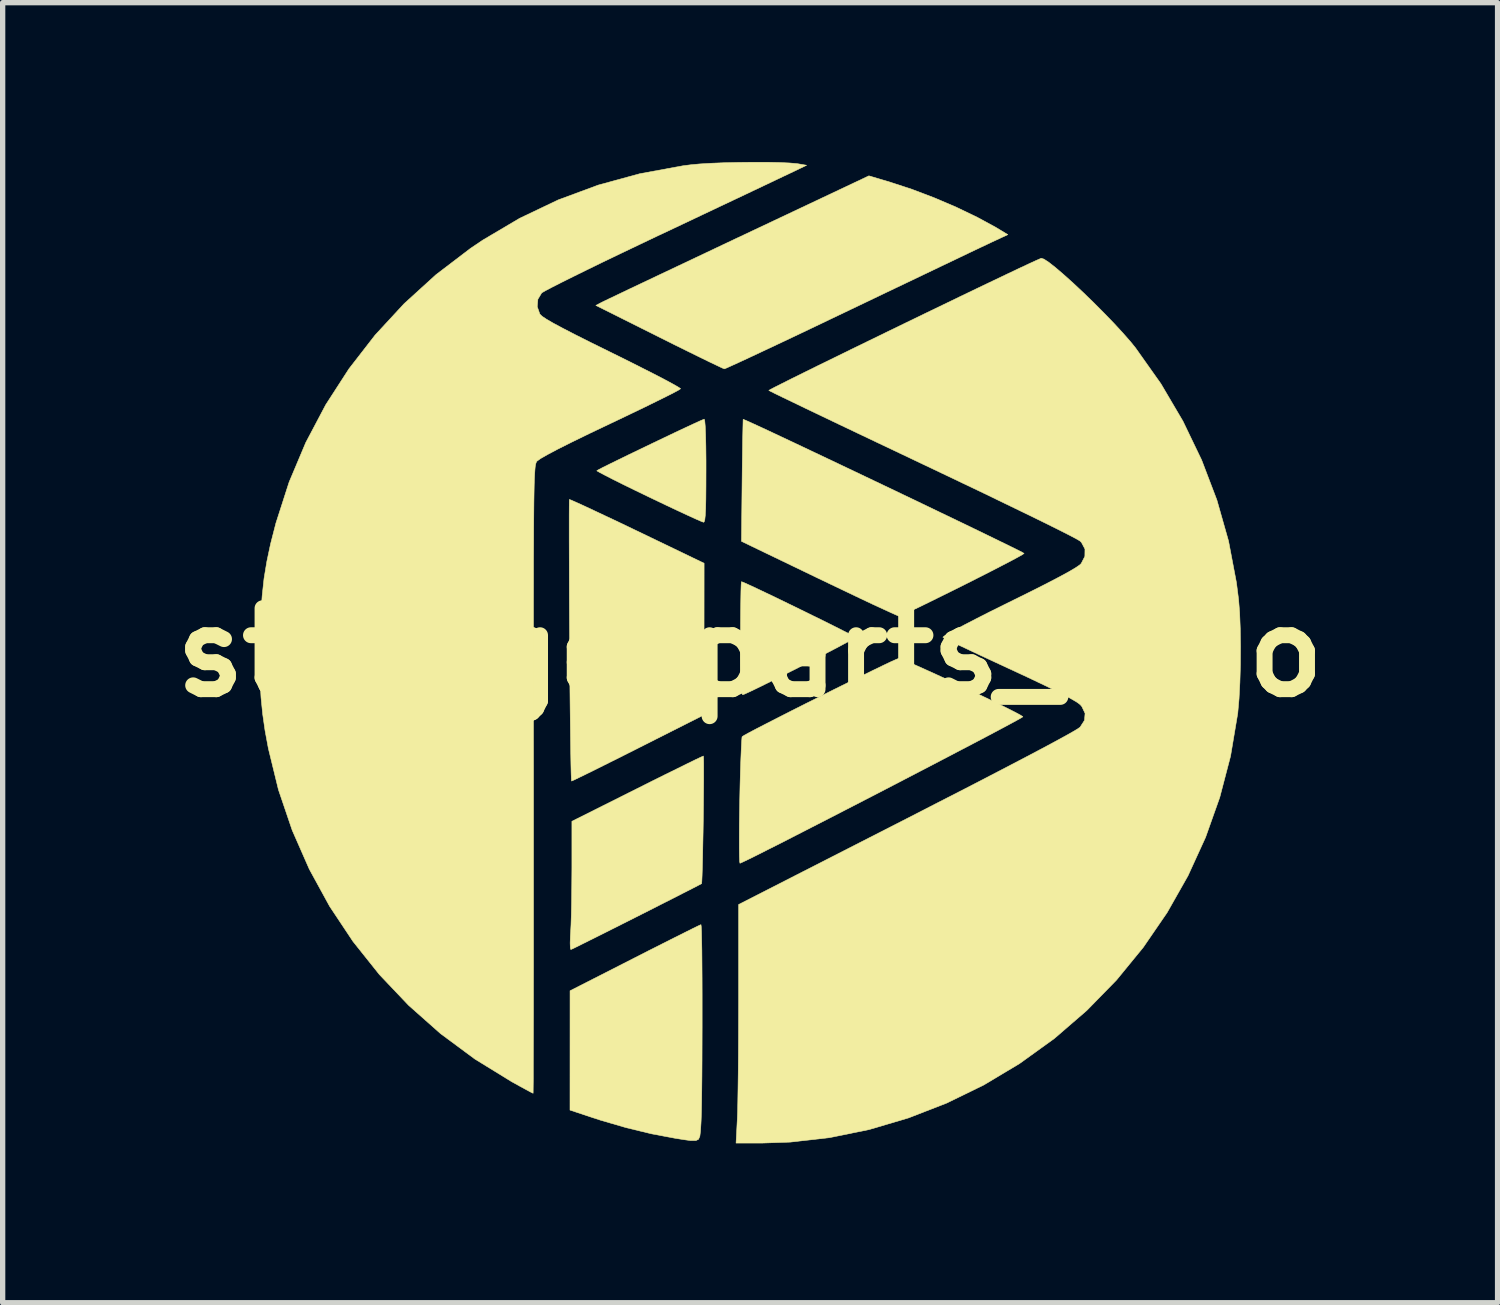
<source format=kicad_pcb>
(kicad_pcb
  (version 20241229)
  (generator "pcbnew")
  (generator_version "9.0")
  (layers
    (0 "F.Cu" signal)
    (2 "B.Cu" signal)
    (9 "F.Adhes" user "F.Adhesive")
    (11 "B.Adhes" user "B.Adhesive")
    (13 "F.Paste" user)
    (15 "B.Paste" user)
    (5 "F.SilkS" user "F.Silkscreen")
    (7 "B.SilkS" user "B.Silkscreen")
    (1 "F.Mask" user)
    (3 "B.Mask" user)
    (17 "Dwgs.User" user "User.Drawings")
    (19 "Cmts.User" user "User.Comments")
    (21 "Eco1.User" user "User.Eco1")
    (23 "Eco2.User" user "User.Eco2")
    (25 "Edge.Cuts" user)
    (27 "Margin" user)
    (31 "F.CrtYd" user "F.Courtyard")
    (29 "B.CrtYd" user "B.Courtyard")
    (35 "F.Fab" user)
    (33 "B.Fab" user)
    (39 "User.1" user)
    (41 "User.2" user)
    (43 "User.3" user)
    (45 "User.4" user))
  (footprint "strange_parts_logo"
    (layer "F.Cu")
    (at 11.074 9.238)
    (property "Reference" "strange_parts_logo" (at 0 0 0) (layer "F.SilkS") (effects (font (size 1.524 1.524) (thickness 0.3))))
    (attr through_hole)
    (fp_poly (pts (xy -3.369 -2.871) (xy -3.278 -2.831) (xy -3.135 -2.766) (xy -2.949 -2.679) (xy -2.726 -2.574) (xy -2.473 -2.455) (xy -2.198 -2.323) (xy -2.129 -2.29) (xy -0.866 -1.682) (xy -0.868 1.173) (xy -2.102 1.796) (xy -2.378 1.935) (xy -2.634 2.063) (xy -2.862 2.177) (xy -3.056 2.273) (xy -3.208 2.347) (xy -3.311 2.397) (xy -3.359 2.418) (xy -3.361 2.419) (xy -3.365 2.383) (xy -3.369 2.281) (xy -3.373 2.119) (xy -3.377 1.901) (xy -3.381 1.633) (xy -3.385 1.322) (xy -3.389 0.972) (xy -3.393 0.59) (xy -3.396 0.18) (xy -3.398 -0.225) (xy -3.401 -0.655) (xy -3.403 -1.064) (xy -3.404 -1.446) (xy -3.405 -1.795) (xy -3.406 -2.105) (xy -3.406 -2.372) (xy -3.406 -2.588) (xy -3.405 -2.749) (xy -3.404 -2.85) (xy -3.403 -2.883) (xy -3.369 -2.871)) (stroke (width 0.01) (type solid)) (fill yes) (layer "F.SilkS"))
    (fp_poly (pts (xy -0.92 5.158) (xy -0.915 5.257) (xy -0.912 5.411) (xy -0.908 5.614) (xy -0.906 5.856) (xy -0.904 6.13) (xy -0.903 6.427) (xy -0.903 6.739) (xy -0.903 7.058) (xy -0.904 7.377) (xy -0.905 7.686) (xy -0.907 7.978) (xy -0.91 8.245) (xy -0.913 8.478) (xy -0.917 8.669) (xy -0.922 8.811) (xy -0.925 8.87) (xy -0.934 9.012) (xy -0.946 9.108) (xy -0.971 9.165) (xy -1.023 9.19) (xy -1.112 9.19) (xy -1.251 9.171) (xy -1.419 9.144) (xy -1.858 9.061) (xy -2.332 8.946) (xy -2.813 8.806) (xy -2.948 8.762) (xy -3.391 8.615) (xy -3.39 6.368) (xy -2.169 5.746) (xy -1.895 5.606) (xy -1.641 5.478) (xy -1.415 5.364) (xy -1.223 5.268) (xy -1.073 5.193) (xy -0.972 5.144) (xy -0.927 5.124) (xy -0.925 5.123) (xy -0.92 5.158)) (stroke (width 0.01) (type solid)) (fill yes) (layer "F.SilkS"))
    (fp_poly (pts (xy -0.854 -4.364) (xy -0.845 -4.266) (xy -0.838 -4.105) (xy -0.833 -3.888) (xy -0.83 -3.618) (xy -0.83 -3.431) (xy -0.831 -3.126) (xy -0.833 -2.887) (xy -0.837 -2.708) (xy -0.844 -2.581) (xy -0.853 -2.501) (xy -0.865 -2.462) (xy -0.875 -2.454) (xy -0.918 -2.47) (xy -1.017 -2.513) (xy -1.164 -2.58) (xy -1.351 -2.667) (xy -1.57 -2.77) (xy -1.811 -2.885) (xy -1.903 -2.929) (xy -2.149 -3.048) (xy -2.372 -3.157) (xy -2.565 -3.253) (xy -2.719 -3.332) (xy -2.827 -3.389) (xy -2.882 -3.42) (xy -2.886 -3.424) (xy -2.855 -3.443) (xy -2.769 -3.488) (xy -2.636 -3.554) (xy -2.466 -3.637) (xy -2.27 -3.733) (xy -2.055 -3.836) (xy -1.833 -3.943) (xy -1.613 -4.048) (xy -1.404 -4.148) (xy -1.216 -4.236) (xy -1.057 -4.31) (xy -0.939 -4.364) (xy -0.87 -4.393) (xy -0.864 -4.396) (xy -0.854 -4.364)) (stroke (width 0.01) (type solid)) (fill yes) (layer "F.SilkS"))
    (fp_poly (pts (xy -0.121 -1.32) (xy -0.026 -1.277) (xy 0.114 -1.212) (xy 0.289 -1.129) (xy 0.492 -1.032) (xy 0.712 -0.925) (xy 0.94 -0.814) (xy 1.166 -0.703) (xy 1.383 -0.597) (xy 1.579 -0.499) (xy 1.747 -0.414) (xy 1.877 -0.348) (xy 1.959 -0.304) (xy 1.984 -0.287) (xy 1.954 -0.265) (xy 1.867 -0.216) (xy 1.735 -0.145) (xy 1.565 -0.055) (xy 1.368 0.047) (xy 1.152 0.159) (xy 0.926 0.274) (xy 0.7 0.388) (xy 0.484 0.497) (xy 0.285 0.595) (xy 0.114 0.679) (xy -0.02 0.743) (xy -0.108 0.783) (xy -0.14 0.794) (xy -0.153 0.768) (xy -0.163 0.688) (xy -0.171 0.551) (xy -0.176 0.353) (xy -0.179 0.09) (xy -0.18 -0.242) (xy -0.18 -0.271) (xy -0.18 -0.539) (xy -0.178 -0.783) (xy -0.175 -0.993) (xy -0.172 -1.161) (xy -0.168 -1.276) (xy -0.163 -1.332) (xy -0.162 -1.335) (xy -0.121 -1.32)) (stroke (width 0.01) (type solid)) (fill yes) (layer "F.SilkS"))
    (fp_poly (pts (xy -0.876 1.983) (xy -0.874 2.079) (xy -0.874 2.227) (xy -0.874 2.417) (xy -0.876 2.637) (xy -0.878 2.879) (xy -0.881 3.132) (xy -0.885 3.386) (xy -0.89 3.63) (xy -0.894 3.854) (xy -0.899 4.049) (xy -0.904 4.203) (xy -0.909 4.307) (xy -0.913 4.35) (xy -0.914 4.351) (xy -0.98 4.386) (xy -1.098 4.447) (xy -1.258 4.528) (xy -1.451 4.627) (xy -1.671 4.738) (xy -1.906 4.858) (xy -2.15 4.981) (xy -2.394 5.104) (xy -2.629 5.222) (xy -2.846 5.331) (xy -3.037 5.426) (xy -3.193 5.504) (xy -3.306 5.56) (xy -3.368 5.589) (xy -3.376 5.592) (xy -3.385 5.559) (xy -3.388 5.47) (xy -3.384 5.34) (xy -3.379 5.262) (xy -3.372 5.129) (xy -3.366 4.94) (xy -3.361 4.708) (xy -3.358 4.451) (xy -3.356 4.184) (xy -3.355 4.054) (xy -3.355 3.177) (xy -2.13 2.563) (xy -1.855 2.425) (xy -1.6 2.298) (xy -1.372 2.186) (xy -1.18 2.091) (xy -1.029 2.017) (xy -0.927 1.969) (xy -0.881 1.949) (xy -0.88 1.948) (xy -0.876 1.983)) (stroke (width 0.01) (type solid)) (fill yes) (layer "F.SilkS"))
    (fp_poly (pts (xy 2.643 -8.856) (xy 3.046 -8.724) (xy 3.467 -8.564) (xy 3.884 -8.386) (xy 4.277 -8.197) (xy 4.625 -8.008) (xy 4.708 -7.958) (xy 4.853 -7.87) (xy 4.546 -7.727) (xy 4.462 -7.687) (xy 4.32 -7.62) (xy 4.124 -7.527) (xy 3.882 -7.411) (xy 3.599 -7.276) (xy 3.281 -7.124) (xy 2.934 -6.958) (xy 2.565 -6.782) (xy 2.179 -6.597) (xy 1.896 -6.462) (xy 1.511 -6.278) (xy 1.145 -6.103) (xy 0.802 -5.94) (xy 0.489 -5.792) (xy 0.21 -5.661) (xy -0.029 -5.549) (xy -0.223 -5.459) (xy -0.368 -5.393) (xy -0.457 -5.353) (xy -0.485 -5.343) (xy -0.525 -5.359) (xy -0.622 -5.405) (xy -0.769 -5.475) (xy -0.957 -5.567) (xy -1.181 -5.677) (xy -1.432 -5.801) (xy -1.704 -5.937) (xy -1.714 -5.942) (xy -2.904 -6.537) (xy -2.796 -6.594) (xy -2.747 -6.618) (xy -2.637 -6.671) (xy -2.473 -6.749) (xy -2.26 -6.851) (xy -2.002 -6.973) (xy -1.707 -7.113) (xy -1.377 -7.269) (xy -1.02 -7.438) (xy -0.64 -7.618) (xy -0.243 -7.806) (xy -0.225 -7.814) (xy 2.237 -8.977) (xy 2.643 -8.856)) (stroke (width 0.01) (type solid)) (fill yes) (layer "F.SilkS"))
    (fp_poly (pts (xy -0.096 -4.379) (xy -0.003 -4.338) (xy 0.143 -4.271) (xy 0.337 -4.181) (xy 0.571 -4.071) (xy 0.841 -3.944) (xy 1.141 -3.802) (xy 1.464 -3.649) (xy 1.805 -3.487) (xy 2.158 -3.319) (xy 2.517 -3.148) (xy 2.875 -2.977) (xy 3.228 -2.808) (xy 3.569 -2.644) (xy 3.892 -2.489) (xy 4.191 -2.345) (xy 4.461 -2.214) (xy 4.695 -2.1) (xy 4.888 -2.006) (xy 5.034 -1.934) (xy 5.126 -1.887) (xy 5.159 -1.867) (xy 5.159 -1.867) (xy 5.128 -1.845) (xy 5.041 -1.796) (xy 4.907 -1.724) (xy 4.734 -1.634) (xy 4.532 -1.53) (xy 4.308 -1.416) (xy 4.073 -1.297) (xy 3.834 -1.178) (xy 3.6 -1.062) (xy 3.381 -0.954) (xy 3.185 -0.858) (xy 3.02 -0.78) (xy 2.897 -0.723) (xy 2.822 -0.691) (xy 2.805 -0.686) (xy 2.764 -0.702) (xy 2.665 -0.746) (xy 2.515 -0.815) (xy 2.319 -0.905) (xy 2.086 -1.015) (xy 1.822 -1.141) (xy 1.533 -1.279) (xy 1.299 -1.391) (xy -0.162 -2.095) (xy -0.15 -3.239) (xy -0.147 -3.519) (xy -0.143 -3.774) (xy -0.14 -3.997) (xy -0.136 -4.178) (xy -0.133 -4.309) (xy -0.131 -4.381) (xy -0.13 -4.392) (xy -0.096 -4.379)) (stroke (width 0.01) (type solid)) (fill yes) (layer "F.SilkS"))
    (fp_poly (pts (xy 2.849 0.125) (xy 2.954 0.167) (xy 3.103 0.231) (xy 3.288 0.314) (xy 3.5 0.41) (xy 3.73 0.516) (xy 3.969 0.628) (xy 4.208 0.741) (xy 4.438 0.85) (xy 4.649 0.953) (xy 4.834 1.044) (xy 4.982 1.119) (xy 5.085 1.174) (xy 5.134 1.205) (xy 5.136 1.209) (xy 5.105 1.229) (xy 5.016 1.279) (xy 4.874 1.356) (xy 4.685 1.457) (xy 4.455 1.579) (xy 4.189 1.719) (xy 3.894 1.873) (xy 3.575 2.04) (xy 3.237 2.216) (xy 2.887 2.398) (xy 2.531 2.583) (xy 2.173 2.768) (xy 1.82 2.95) (xy 1.478 3.126) (xy 1.152 3.293) (xy 0.848 3.449) (xy 0.573 3.59) (xy 0.33 3.712) (xy 0.127 3.815) (xy -0.031 3.893) (xy -0.138 3.944) (xy -0.188 3.966) (xy -0.19 3.967) (xy -0.197 3.933) (xy -0.201 3.835) (xy -0.203 3.682) (xy -0.203 3.481) (xy -0.202 3.243) (xy -0.198 2.974) (xy -0.195 2.787) (xy -0.189 2.502) (xy -0.182 2.24) (xy -0.174 2.011) (xy -0.166 1.822) (xy -0.159 1.682) (xy -0.153 1.6) (xy -0.149 1.583) (xy -0.107 1.556) (xy -0.008 1.502) (xy 0.138 1.425) (xy 0.325 1.329) (xy 0.544 1.217) (xy 0.787 1.093) (xy 1.047 0.962) (xy 1.315 0.828) (xy 1.583 0.694) (xy 1.844 0.565) (xy 2.089 0.445) (xy 2.31 0.337) (xy 2.5 0.245) (xy 2.649 0.174) (xy 2.752 0.128) (xy 2.798 0.11) (xy 2.799 0.11) (xy 2.849 0.125)) (stroke (width 0.01) (type solid)) (fill yes) (layer "F.SilkS"))
    (fp_poly (pts (xy 0.316 -9.233) (xy 0.549 -9.228) (xy 0.743 -9.219) (xy 0.881 -9.207) (xy 0.902 -9.204) (xy 1.064 -9.176) (xy 0.722 -9.012) (xy 0.628 -8.968) (xy 0.477 -8.896) (xy 0.273 -8.799) (xy 0.024 -8.681) (xy -0.263 -8.545) (xy -0.583 -8.394) (xy -0.927 -8.231) (xy -1.29 -8.059) (xy -1.665 -7.882) (xy -1.732 -7.851) (xy -2.099 -7.676) (xy -2.449 -7.509) (xy -2.776 -7.352) (xy -3.073 -7.207) (xy -3.335 -7.078) (xy -3.556 -6.968) (xy -3.731 -6.879) (xy -3.854 -6.814) (xy -3.919 -6.776) (xy -3.926 -6.77) (xy -3.996 -6.653) (xy -4.008 -6.514) (xy -3.96 -6.377) (xy -3.954 -6.369) (xy -3.916 -6.332) (xy -3.835 -6.278) (xy -3.708 -6.204) (xy -3.531 -6.109) (xy -3.301 -5.99) (xy -3.013 -5.845) (xy -2.664 -5.673) (xy -2.595 -5.639) (xy -2.312 -5.499) (xy -2.052 -5.368) (xy -1.819 -5.25) (xy -1.622 -5.148) (xy -1.468 -5.065) (xy -1.362 -5.005) (xy -1.312 -4.972) (xy -1.309 -4.968) (xy -1.343 -4.945) (xy -1.435 -4.895) (xy -1.579 -4.822) (xy -1.767 -4.729) (xy -1.993 -4.618) (xy -2.249 -4.495) (xy -2.529 -4.361) (xy -2.635 -4.311) (xy -3.03 -4.123) (xy -3.358 -3.963) (xy -3.621 -3.831) (xy -3.817 -3.727) (xy -3.948 -3.652) (xy -4.012 -3.605) (xy -4.016 -3.601) (xy -4.024 -3.587) (xy -4.032 -3.568) (xy -4.039 -3.541) (xy -4.046 -3.501) (xy -4.051 -3.447) (xy -4.056 -3.374) (xy -4.061 -3.279) (xy -4.065 -3.159) (xy -4.068 -3.011) (xy -4.071 -2.831) (xy -4.073 -2.616) (xy -4.075 -2.363) (xy -4.076 -2.068) (xy -4.078 -1.728) (xy -4.078 -1.34) (xy -4.079 -0.901) (xy -4.079 -0.407) (xy -4.079 0.145) (xy -4.079 0.759) (xy -4.079 1.437) (xy -4.078 2.184) (xy -4.078 2.393) (xy -4.078 3.04) (xy -4.078 3.667) (xy -4.078 4.27) (xy -4.078 4.847) (xy -4.078 5.391) (xy -4.078 5.902) (xy -4.079 6.373) (xy -4.079 6.802) (xy -4.08 7.184) (xy -4.081 7.517) (xy -4.082 7.796) (xy -4.082 8.017) (xy -4.084 8.177) (xy -4.085 8.272) (xy -4.086 8.298) (xy -4.12 8.282) (xy -4.204 8.237) (xy -4.327 8.17) (xy -4.475 8.088) (xy -4.488 8.081) (xy -5.182 7.654) (xy -5.83 7.174) (xy -6.43 6.642) (xy -6.98 6.063) (xy -7.476 5.441) (xy -7.917 4.778) (xy -8.3 4.078) (xy -8.622 3.345) (xy -8.881 2.582) (xy -9.071 1.804) (xy -9.133 1.47) (xy -9.178 1.156) (xy -9.209 0.845) (xy -9.227 0.518) (xy -9.232 0.157) (xy -9.227 -0.257) (xy -9.227 -0.282) (xy -9.213 -0.698) (xy -9.188 -1.063) (xy -9.152 -1.396) (xy -9.099 -1.717) (xy -9.029 -2.047) (xy -8.937 -2.404) (xy -8.929 -2.436) (xy -8.68 -3.21) (xy -8.366 -3.955) (xy -7.99 -4.667) (xy -7.554 -5.342) (xy -7.061 -5.978) (xy -6.514 -6.57) (xy -5.915 -7.115) (xy -5.266 -7.61) (xy -5.033 -7.767) (xy -4.34 -8.177) (xy -3.615 -8.523) (xy -2.859 -8.803) (xy -2.076 -9.017) (xy -1.266 -9.166) (xy -1.12 -9.185) (xy -0.949 -9.201) (xy -0.731 -9.214) (xy -0.482 -9.224) (xy -0.214 -9.23) (xy 0.056 -9.233) (xy 0.316 -9.233)) (stroke (width 0.01) (type solid)) (fill yes) (layer "F.SilkS"))
    (fp_poly (pts (xy 5.533 -7.409) (xy 5.626 -7.348) (xy 5.753 -7.248) (xy 5.908 -7.115) (xy 6.084 -6.957) (xy 6.273 -6.78) (xy 6.467 -6.592) (xy 6.66 -6.398) (xy 6.845 -6.207) (xy 7.014 -6.024) (xy 7.161 -5.857) (xy 7.258 -5.737) (xy 7.736 -5.062) (xy 8.151 -4.357) (xy 8.503 -3.625) (xy 8.79 -2.872) (xy 9.009 -2.101) (xy 9.158 -1.317) (xy 9.198 -1.003) (xy 9.218 -0.753) (xy 9.23 -0.451) (xy 9.235 -0.118) (xy 9.233 0.226) (xy 9.223 0.562) (xy 9.207 0.869) (xy 9.184 1.127) (xy 9.181 1.153) (xy 9.047 1.95) (xy 8.844 2.726) (xy 8.577 3.478) (xy 8.246 4.202) (xy 7.854 4.894) (xy 7.404 5.55) (xy 6.899 6.167) (xy 6.339 6.74) (xy 5.729 7.267) (xy 5.07 7.742) (xy 5.069 7.742) (xy 4.401 8.142) (xy 3.702 8.483) (xy 2.981 8.763) (xy 2.244 8.981) (xy 1.499 9.133) (xy 0.754 9.218) (xy 0.221 9.236) (xy -0.264 9.236) (xy -0.24 8.776) (xy -0.235 8.646) (xy -0.231 8.453) (xy -0.227 8.207) (xy -0.223 7.917) (xy -0.22 7.593) (xy -0.218 7.243) (xy -0.217 6.878) (xy -0.216 6.53) (xy -0.216 4.744) (xy 2.95 3.127) (xy 3.526 2.831) (xy 4.051 2.562) (xy 4.522 2.318) (xy 4.939 2.101) (xy 5.3 1.912) (xy 5.603 1.751) (xy 5.847 1.619) (xy 6.03 1.518) (xy 6.153 1.446) (xy 6.212 1.406) (xy 6.215 1.403) (xy 6.297 1.275) (xy 6.308 1.145) (xy 6.247 1.016) (xy 6.215 0.979) (xy 6.148 0.93) (xy 6.017 0.854) (xy 5.82 0.752) (xy 5.557 0.622) (xy 5.229 0.466) (xy 4.889 0.308) (xy 4.611 0.179) (xy 4.353 0.059) (xy 4.124 -0.049) (xy 3.929 -0.141) (xy 3.777 -0.214) (xy 3.676 -0.264) (xy 3.631 -0.288) (xy 3.631 -0.289) (xy 3.655 -0.311) (xy 3.737 -0.361) (xy 3.872 -0.435) (xy 4.051 -0.53) (xy 4.27 -0.643) (xy 4.52 -0.77) (xy 4.796 -0.907) (xy 4.877 -0.947) (xy 5.245 -1.129) (xy 5.551 -1.283) (xy 5.797 -1.411) (xy 5.986 -1.513) (xy 6.121 -1.592) (xy 6.204 -1.648) (xy 6.234 -1.676) (xy 6.304 -1.812) (xy 6.306 -1.949) (xy 6.241 -2.072) (xy 6.215 -2.099) (xy 6.168 -2.128) (xy 6.06 -2.186) (xy 5.898 -2.269) (xy 5.684 -2.376) (xy 5.425 -2.504) (xy 5.125 -2.65) (xy 4.788 -2.813) (xy 4.421 -2.991) (xy 4.027 -3.179) (xy 3.612 -3.377) (xy 3.248 -3.55) (xy 2.821 -3.753) (xy 2.412 -3.947) (xy 2.027 -4.13) (xy 1.67 -4.3) (xy 1.346 -4.455) (xy 1.059 -4.592) (xy 0.815 -4.71) (xy 0.617 -4.805) (xy 0.471 -4.876) (xy 0.382 -4.921) (xy 0.353 -4.936) (xy 0.382 -4.954) (xy 0.47 -5) (xy 0.611 -5.071) (xy 0.8 -5.166) (xy 1.029 -5.279) (xy 1.294 -5.41) (xy 1.589 -5.554) (xy 1.907 -5.71) (xy 2.242 -5.873) (xy 2.589 -6.042) (xy 2.941 -6.213) (xy 3.294 -6.384) (xy 3.64 -6.551) (xy 3.973 -6.712) (xy 4.289 -6.864) (xy 4.58 -7.003) (xy 4.842 -7.128) (xy 5.067 -7.235) (xy 5.251 -7.321) (xy 5.386 -7.383) (xy 5.468 -7.419) (xy 5.482 -7.425) (xy 5.533 -7.409)) (stroke (width 0.01) (type solid)) (fill yes) (layer "F.SilkS")))
  (gr_rect
    (start -3 -3)
    (end 25.149 21.48)
    (stroke (width 0.1) (type default))
    (fill no)
    (layer "Edge.Cuts")))
</source>
